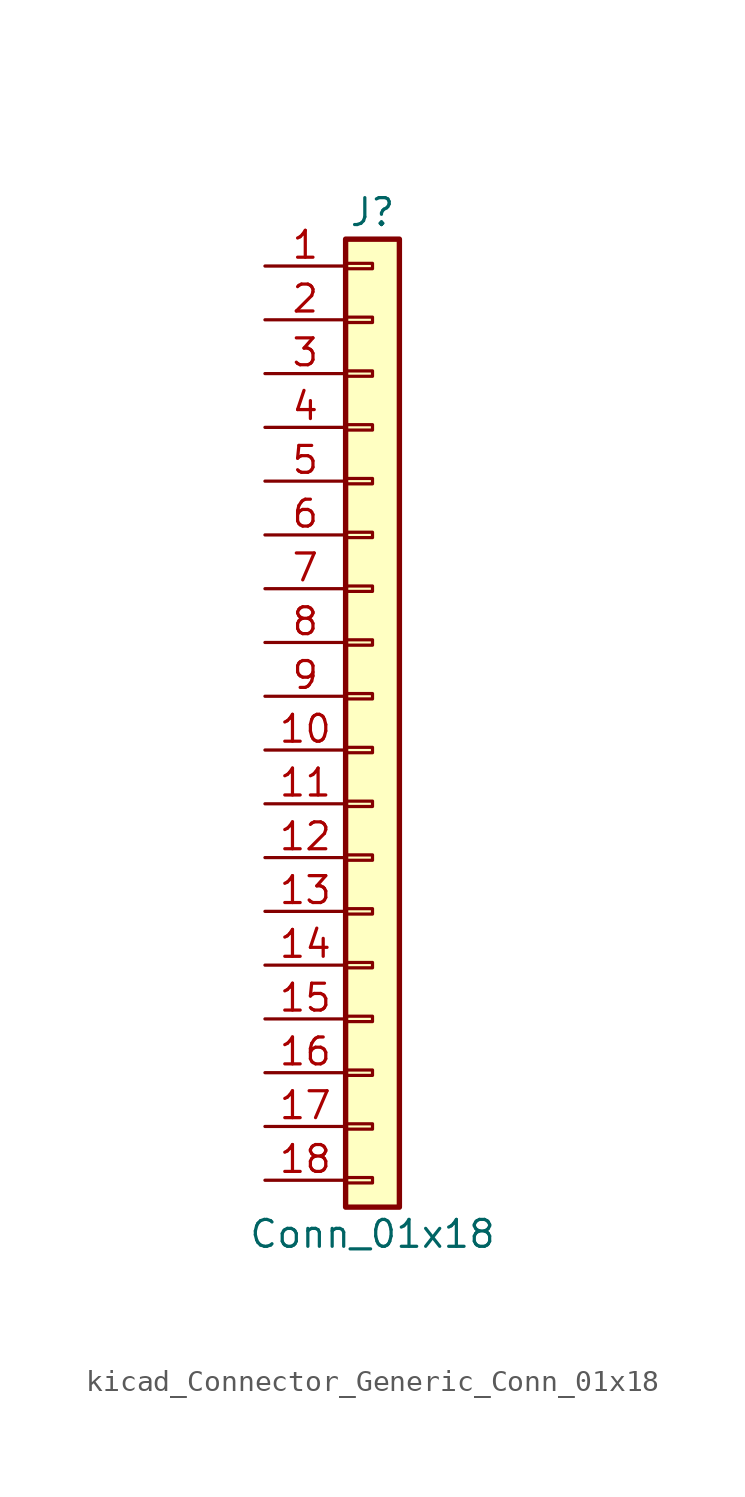
<source format=kicad_sym>
(kicad_symbol_lib
  (version 20220914)
  (generator kicad_symbol_editor)
  (symbol "kicad_Connector_Generic_Conn_01x18"
    (pin_names
      (offset 1.016) hide)
    (property "Reference" "J"
      (at 0 22.86 0)
      (effects (font (size 1.27 1.27))))
    (property "Value" "Conn_01x18"
      (at 0 -25.4 0)
      (effects (font (size 1.27 1.27))))
    (symbol "kicad_Connector_Generic_Conn_01x18_1_1"
      (rectangle (start -1.27 -22.733) (end 0 -22.987) (stroke (width 0.152) (type default)) (fill (type none)))
      (rectangle (start -1.27 -20.193) (end 0 -20.447) (stroke (width 0.152) (type default)) (fill (type none)))
      (rectangle (start -1.27 -17.653) (end 0 -17.907) (stroke (width 0.152) (type default)) (fill (type none)))
      (rectangle (start -1.27 -15.113) (end 0 -15.367) (stroke (width 0.152) (type default)) (fill (type none)))
      (rectangle (start -1.27 -12.573) (end 0 -12.827) (stroke (width 0.152) (type default)) (fill (type none)))
      (rectangle (start -1.27 -10.033) (end 0 -10.287) (stroke (width 0.152) (type default)) (fill (type none)))
      (rectangle (start -1.27 -7.493) (end 0 -7.747) (stroke (width 0.152) (type default)) (fill (type none)))
      (rectangle (start -1.27 -4.953) (end 0 -5.207) (stroke (width 0.152) (type default)) (fill (type none)))
      (rectangle (start -1.27 -2.413) (end 0 -2.667) (stroke (width 0.152) (type default)) (fill (type none)))
      (rectangle (start -1.27 0.127) (end 0 -0.127) (stroke (width 0.152) (type default)) (fill (type none)))
      (rectangle (start -1.27 2.667) (end 0 2.413) (stroke (width 0.152) (type default)) (fill (type none)))
      (rectangle (start -1.27 5.207) (end 0 4.953) (stroke (width 0.152) (type default)) (fill (type none)))
      (rectangle (start -1.27 7.747) (end 0 7.493) (stroke (width 0.152) (type default)) (fill (type none)))
      (rectangle (start -1.27 10.287) (end 0 10.033) (stroke (width 0.152) (type default)) (fill (type none)))
      (rectangle (start -1.27 12.827) (end 0 12.573) (stroke (width 0.152) (type default)) (fill (type none)))
      (rectangle (start -1.27 15.367) (end 0 15.113) (stroke (width 0.152) (type default)) (fill (type none)))
      (rectangle (start -1.27 17.907) (end 0 17.653) (stroke (width 0.152) (type default)) (fill (type none)))
      (rectangle (start -1.27 20.447) (end 0 20.193) (stroke (width 0.152) (type default)) (fill (type none)))
      (rectangle (start -1.27 21.59) (end 1.27 -24.13) (stroke (width 0.254) (type default)) (fill (type background)))
      (pin passive line (at -5.08 20.32 0) (length 3.81) (name "Pin_1" (effects (font (size 1.27 1.27)))) (number "1" (effects (font (size 1.27 1.27)))))
      (pin passive line (at -5.08 -2.54 0) (length 3.81) (name "Pin_10" (effects (font (size 1.27 1.27)))) (number "10" (effects (font (size 1.27 1.27)))))
      (pin passive line (at -5.08 -5.08 0) (length 3.81) (name "Pin_11" (effects (font (size 1.27 1.27)))) (number "11" (effects (font (size 1.27 1.27)))))
      (pin passive line (at -5.08 -7.62 0) (length 3.81) (name "Pin_12" (effects (font (size 1.27 1.27)))) (number "12" (effects (font (size 1.27 1.27)))))
      (pin passive line (at -5.08 -10.16 0) (length 3.81) (name "Pin_13" (effects (font (size 1.27 1.27)))) (number "13" (effects (font (size 1.27 1.27)))))
      (pin passive line (at -5.08 -12.7 0) (length 3.81) (name "Pin_14" (effects (font (size 1.27 1.27)))) (number "14" (effects (font (size 1.27 1.27)))))
      (pin passive line (at -5.08 -15.24 0) (length 3.81) (name "Pin_15" (effects (font (size 1.27 1.27)))) (number "15" (effects (font (size 1.27 1.27)))))
      (pin passive line (at -5.08 -17.78 0) (length 3.81) (name "Pin_16" (effects (font (size 1.27 1.27)))) (number "16" (effects (font (size 1.27 1.27)))))
      (pin passive line (at -5.08 -20.32 0) (length 3.81) (name "Pin_17" (effects (font (size 1.27 1.27)))) (number "17" (effects (font (size 1.27 1.27)))))
      (pin passive line (at -5.08 -22.86 0) (length 3.81) (name "Pin_18" (effects (font (size 1.27 1.27)))) (number "18" (effects (font (size 1.27 1.27)))))
      (pin passive line (at -5.08 17.78 0) (length 3.81) (name "Pin_2" (effects (font (size 1.27 1.27)))) (number "2" (effects (font (size 1.27 1.27)))))
      (pin passive line (at -5.08 15.24 0) (length 3.81) (name "Pin_3" (effects (font (size 1.27 1.27)))) (number "3" (effects (font (size 1.27 1.27)))))
      (pin passive line (at -5.08 12.7 0) (length 3.81) (name "Pin_4" (effects (font (size 1.27 1.27)))) (number "4" (effects (font (size 1.27 1.27)))))
      (pin passive line (at -5.08 10.16 0) (length 3.81) (name "Pin_5" (effects (font (size 1.27 1.27)))) (number "5" (effects (font (size 1.27 1.27)))))
      (pin passive line (at -5.08 7.62 0) (length 3.81) (name "Pin_6" (effects (font (size 1.27 1.27)))) (number "6" (effects (font (size 1.27 1.27)))))
      (pin passive line (at -5.08 5.08 0) (length 3.81) (name "Pin_7" (effects (font (size 1.27 1.27)))) (number "7" (effects (font (size 1.27 1.27)))))
      (pin passive line (at -5.08 2.54 0) (length 3.81) (name "Pin_8" (effects (font (size 1.27 1.27)))) (number "8" (effects (font (size 1.27 1.27)))))
      (pin passive line (at -5.08 0 0) (length 3.81) (name "Pin_9" (effects (font (size 1.27 1.27)))) (number "9" (effects (font (size 1.27 1.27))))))))
</source>
